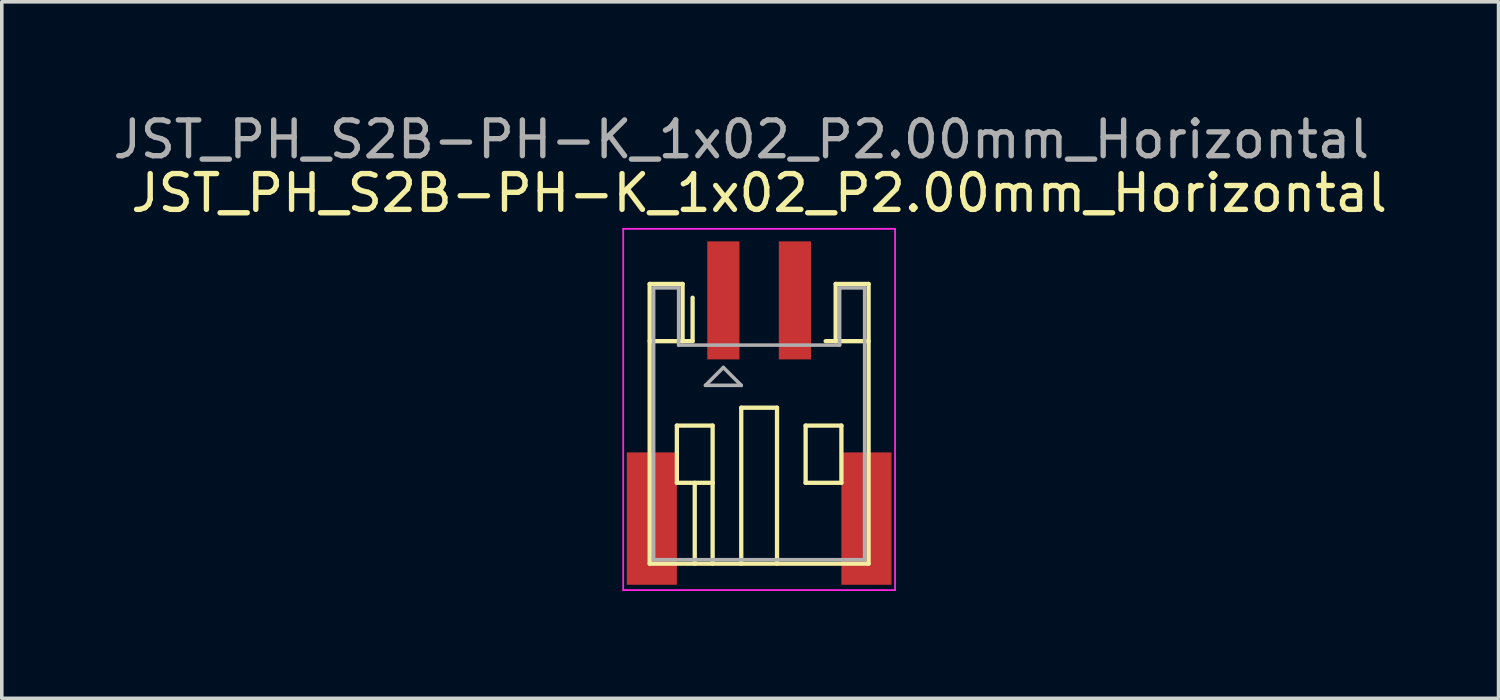
<source format=kicad_pcb>
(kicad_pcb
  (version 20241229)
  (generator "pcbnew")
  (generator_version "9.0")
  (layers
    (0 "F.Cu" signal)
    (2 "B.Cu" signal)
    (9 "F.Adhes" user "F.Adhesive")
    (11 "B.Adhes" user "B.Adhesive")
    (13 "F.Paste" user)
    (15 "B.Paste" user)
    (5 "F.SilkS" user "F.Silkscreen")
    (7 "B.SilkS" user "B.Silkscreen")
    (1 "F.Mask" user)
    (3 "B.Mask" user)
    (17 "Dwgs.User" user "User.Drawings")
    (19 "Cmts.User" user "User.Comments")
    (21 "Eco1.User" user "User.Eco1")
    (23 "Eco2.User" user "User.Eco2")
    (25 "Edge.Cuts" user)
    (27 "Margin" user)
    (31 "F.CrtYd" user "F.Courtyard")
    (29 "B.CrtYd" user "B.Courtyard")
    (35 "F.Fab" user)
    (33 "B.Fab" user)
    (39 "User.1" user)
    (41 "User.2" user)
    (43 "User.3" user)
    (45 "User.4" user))
  (footprint "JST_PH_S2B-PH-K_1x02_P2.00mm_Horizontal"
    (layer "F.Cu")
    (at 17.173 6.348)
    (property "Reference" "JST_PH_S2B-PH-K_1x02_P2.00mm_Horizontal" (at 1 -4 0) (layer "F.SilkS") (effects (font (size 1 1) (thickness 0.15))))
    (attr through_hole)
    (fp_line (start -2.06 -1.46) (end -2.06 6.36) (stroke (width 0.12) (type solid)) (layer "F.SilkS"))
    (fp_line (start -2.06 0.14) (end -1.14 0.14) (stroke (width 0.12) (type solid)) (layer "F.SilkS"))
    (fp_line (start -2.06 6.36) (end 4.06 6.36) (stroke (width 0.12) (type solid)) (layer "F.SilkS"))
    (fp_line (start -1.3 2.5) (end -1.3 4.1) (stroke (width 0.12) (type solid)) (layer "F.SilkS"))
    (fp_line (start -1.3 4.1) (end -0.3 4.1) (stroke (width 0.12) (type solid)) (layer "F.SilkS"))
    (fp_line (start -1.14 -1.46) (end -2.06 -1.46) (stroke (width 0.12) (type solid)) (layer "F.SilkS"))
    (fp_line (start -1.14 0.14) (end -1.14 -1.46) (stroke (width 0.12) (type solid)) (layer "F.SilkS"))
    (fp_line (start -0.86 0.14) (end -1.14 0.14) (stroke (width 0.12) (type solid)) (layer "F.SilkS"))
    (fp_line (start -0.86 0.14) (end -0.86 -1.075) (stroke (width 0.12) (type solid)) (layer "F.SilkS"))
    (fp_line (start -0.8 4.1) (end -0.8 6.36) (stroke (width 0.12) (type solid)) (layer "F.SilkS"))
    (fp_line (start -0.3 2.5) (end -1.3 2.5) (stroke (width 0.12) (type solid)) (layer "F.SilkS"))
    (fp_line (start -0.3 4.1) (end -0.3 2.5) (stroke (width 0.12) (type solid)) (layer "F.SilkS"))
    (fp_line (start -0.3 4.1) (end -0.3 6.36) (stroke (width 0.12) (type solid)) (layer "F.SilkS"))
    (fp_line (start 0.5 2) (end 1.5 2) (stroke (width 0.12) (type solid)) (layer "F.SilkS"))
    (fp_line (start 0.5 6.36) (end 0.5 2) (stroke (width 0.12) (type solid)) (layer "F.SilkS"))
    (fp_line (start 1.5 2) (end 1.5 6.36) (stroke (width 0.12) (type solid)) (layer "F.SilkS"))
    (fp_line (start 2.3 2.5) (end 3.3 2.5) (stroke (width 0.12) (type solid)) (layer "F.SilkS"))
    (fp_line (start 2.3 4.1) (end 2.3 2.5) (stroke (width 0.12) (type solid)) (layer "F.SilkS"))
    (fp_line (start 3.14 -1.46) (end 3.14 0.14) (stroke (width 0.12) (type solid)) (layer "F.SilkS"))
    (fp_line (start 3.14 0.14) (end 2.86 0.14) (stroke (width 0.12) (type solid)) (layer "F.SilkS"))
    (fp_line (start 3.3 2.5) (end 3.3 4.1) (stroke (width 0.12) (type solid)) (layer "F.SilkS"))
    (fp_line (start 3.3 4.1) (end 2.3 4.1) (stroke (width 0.12) (type solid)) (layer "F.SilkS"))
    (fp_line (start 4.06 -1.46) (end 3.14 -1.46) (stroke (width 0.12) (type solid)) (layer "F.SilkS"))
    (fp_line (start 4.06 0.14) (end 3.14 0.14) (stroke (width 0.12) (type solid)) (layer "F.SilkS"))
    (fp_line (start 4.06 6.36) (end 4.06 -1.46) (stroke (width 0.12) (type solid)) (layer "F.SilkS"))
    (fp_line (start -2.8 -3) (end -2.8 7.1) (stroke (width 0.05) (type solid)) (layer "F.CrtYd"))
    (fp_line (start -2.8 7.1) (end 4.8 7.1) (stroke (width 0.05) (type solid)) (layer "F.CrtYd"))
    (fp_line (start 4.8 -3) (end -2.8 -3) (stroke (width 0.05) (type solid)) (layer "F.CrtYd"))
    (fp_line (start 4.8 7.1) (end 4.8 -3) (stroke (width 0.05) (type solid)) (layer "F.CrtYd"))
    (fp_line (start -1.95 -1.35) (end -1.95 6.25) (stroke (width 0.1) (type solid)) (layer "F.Fab"))
    (fp_line (start -1.95 6.25) (end 3.95 6.25) (stroke (width 0.1) (type solid)) (layer "F.Fab"))
    (fp_line (start -1.25 -1.35) (end -1.95 -1.35) (stroke (width 0.1) (type solid)) (layer "F.Fab"))
    (fp_line (start -1.25 0.25) (end -1.25 -1.35) (stroke (width 0.1) (type solid)) (layer "F.Fab"))
    (fp_line (start -0.5 1.375) (end 0.5 1.375) (stroke (width 0.1) (type solid)) (layer "F.Fab"))
    (fp_line (start 0 0.875) (end -0.5 1.375) (stroke (width 0.1) (type solid)) (layer "F.Fab"))
    (fp_line (start 0.5 1.375) (end 0 0.875) (stroke (width 0.1) (type solid)) (layer "F.Fab"))
    (fp_line (start 3.25 -1.35) (end 3.25 0.25) (stroke (width 0.1) (type solid)) (layer "F.Fab"))
    (fp_line (start 3.25 0.25) (end -1.25 0.25) (stroke (width 0.1) (type solid)) (layer "F.Fab"))
    (fp_line (start 3.95 -1.35) (end 3.25 -1.35) (stroke (width 0.1) (type solid)) (layer "F.Fab"))
    (fp_line (start 3.95 6.25) (end 3.95 -1.35) (stroke (width 0.1) (type solid)) (layer "F.Fab"))
    (fp_text user "${REFERENCE}" (at 0.5 -5.5 0) (layer "F.Fab") (effects (font (size 1 1) (thickness 0.15))))
    (pad "1" smd rect (at 0 -1) (size 0.9 3.3) (layers "F.Cu" "F.Mask" "F.Paste"))
    (pad "2" smd rect (at 2 -1) (size 0.9 3.3) (layers "F.Cu" "F.Mask" "F.Paste"))
    (pad "3" smd rect (at -2 5.1) (size 1.4 3.7) (layers "F.Cu" "F.Mask" "F.Paste"))
    (pad "3" smd rect (at 4 5.1) (size 1.4 3.7) (layers "F.Cu" "F.Mask" "F.Paste")))
  (gr_rect
    (start -3 -3)
    (end 38.845 16.473)
    (stroke (width 0.1) (type default))
    (fill no)
    (layer "Edge.Cuts")))
</source>
